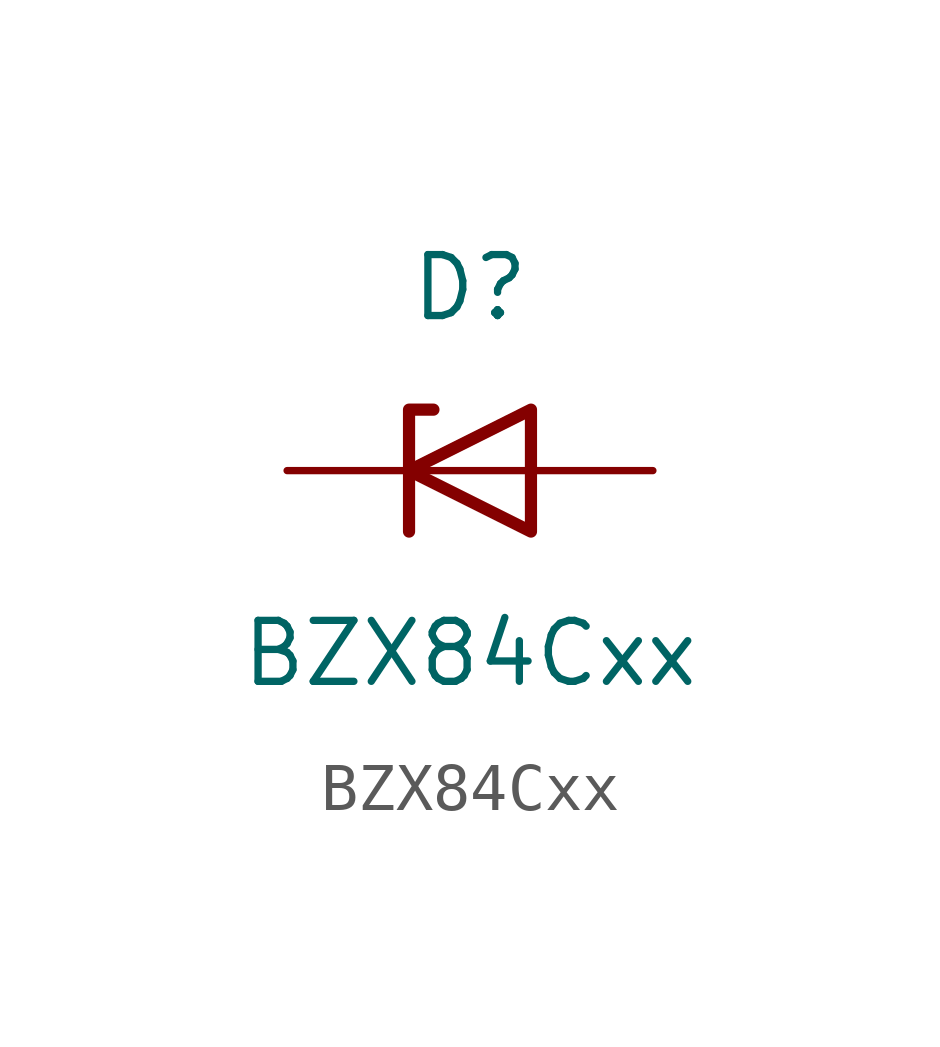
<source format=kicad_sym>
(kicad_symbol_lib
  (version 20241209)
  (generator "kicad_symbol_editor")
  (generator_version "9.0")
  (symbol "BZX84Cxx"
    (pin_numbers hide)
    (pin_names hide)
    (property "Reference" "D"
      (at 0 3.81 0)
      (effects (font (size 1.27 1.27))))
    (property "Value" "BZX84Cxx"
      (at 0 -3.81 0)
      (effects (font (size 1.27 1.27))))
    (symbol "BZX84Cxx_0_1"
      (polyline (pts (xy -1.27 -1.27) (xy -1.27 1.27) (xy -0.762 1.27)) (stroke (width 0.254) (type default)) (fill (type none)))
      (polyline (pts (xy 1.27 0) (xy -1.27 0)) (stroke (width 0) (type default)) (fill (type none)))
      (polyline (pts (xy 1.27 -1.27) (xy 1.27 1.27) (xy -1.27 0) (xy 1.27 -1.27)) (stroke (width 0.254) (type default)) (fill (type none))))
    (symbol "BZX84Cxx_1_1"
      (pin passive line (at -3.81 0 0) (length 2.54) (name "K" (effects (font (size 1.27 1.27)))) (number "3" (effects (font (size 1.27 1.27)))))
      (pin no_connect line (at 1.27 0 180) (length 2.54) hide (name "NC" (effects (font (size 1.27 1.27)))) (number "2" (effects (font (size 1.27 1.27)))))
      (pin passive line (at 3.81 0 180) (length 2.54) (name "A" (effects (font (size 1.27 1.27)))) (number "1" (effects (font (size 1.27 1.27))))))))
</source>
